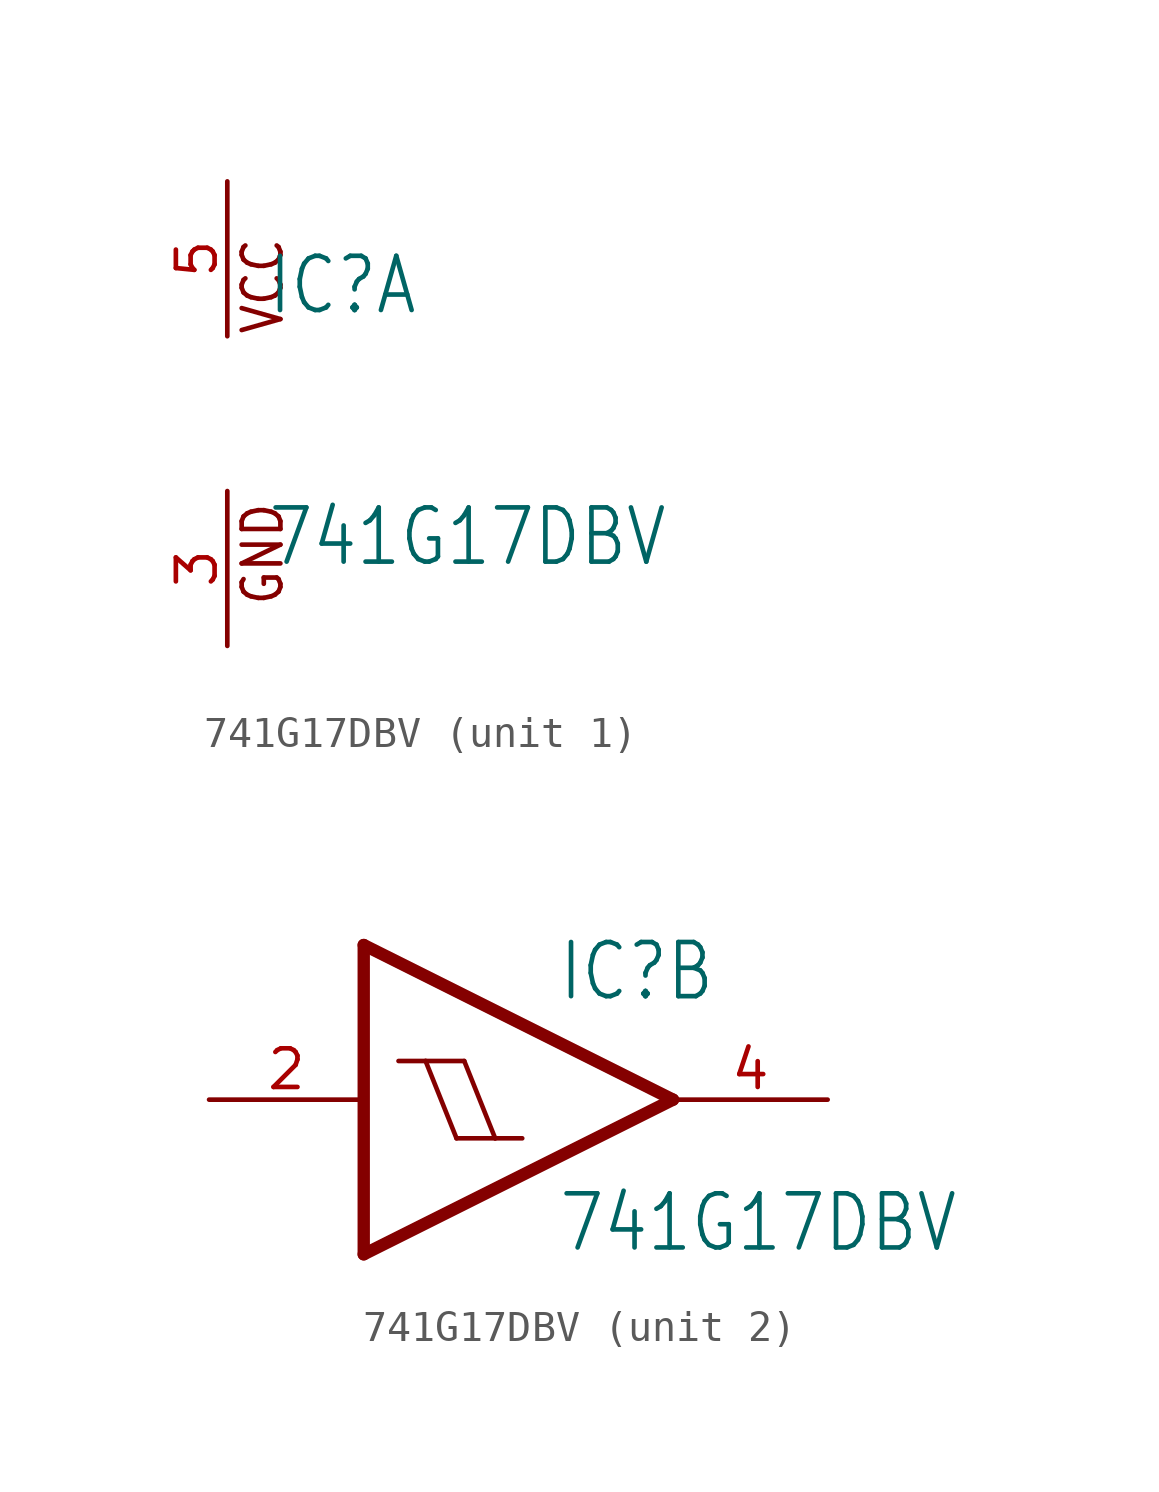
<source format=kicad_sym>
(kicad_symbol_lib
  (version 20211014)
  (generator kicad_symbol_editor)
  (symbol "741G17DBV"
    (property "Reference" "IC"
      (at 1.27 3.175 0)
      (effects (font (size 1.778 1.511)) (justify left bottom)))
    (property "Value" "741G17DBV"
      (at 1.27 -5.08 0)
      (effects (font (size 1.778 1.511)) (justify left bottom)))
    (property "ki_locked" ""
      (at 0 0 0)
      (effects (font (size 1.27 1.27))))
    (symbol "741G17DBV_1_0"
      (text "GND" (at 1.905 -6.35 900) (effects (font (size 1.27 1.079)) (justify left bottom)))
      (text "VCC" (at 1.905 2.54 900) (effects (font (size 1.27 1.079)) (justify left bottom)))
      (pin power_in line (at 0 -7.62 90) (length 5.08) (name "GND" (effects (font (size 0 0)))) (number "3" (effects (font (size 1.27 1.27)))))
      (pin power_in line (at 0 7.62 270) (length 5.08) (name "VCC" (effects (font (size 0 0)))) (number "5" (effects (font (size 1.27 1.27))))))
    (symbol "741G17DBV_2_0"
      (polyline (pts (xy -5.08 -5.08) (xy -5.08 5.08)) (stroke (width 0.406) (type default) (color 0 0 0 0)) (fill (type none)))
      (polyline (pts (xy -5.08 5.08) (xy 5.08 0)) (stroke (width 0.406) (type default) (color 0 0 0 0)) (fill (type none)))
      (polyline (pts (xy -3.937 1.27) (xy -3.048 1.27)) (stroke (width 0.152) (type default) (color 0 0 0 0)) (fill (type none)))
      (polyline (pts (xy -3.048 1.27) (xy -1.778 1.27)) (stroke (width 0.152) (type default) (color 0 0 0 0)) (fill (type none)))
      (polyline (pts (xy -2.032 -1.27) (xy -3.048 1.27)) (stroke (width 0.152) (type default) (color 0 0 0 0)) (fill (type none)))
      (polyline (pts (xy -2.032 -1.27) (xy -0.762 -1.27)) (stroke (width 0.152) (type default) (color 0 0 0 0)) (fill (type none)))
      (polyline (pts (xy -0.762 -1.27) (xy -1.778 1.27)) (stroke (width 0.152) (type default) (color 0 0 0 0)) (fill (type none)))
      (polyline (pts (xy -0.762 -1.27) (xy 0.127 -1.27)) (stroke (width 0.152) (type default) (color 0 0 0 0)) (fill (type none)))
      (polyline (pts (xy 5.08 0) (xy -5.08 -5.08)) (stroke (width 0.406) (type default) (color 0 0 0 0)) (fill (type none)))
      (pin input line (at -10.16 0 0) (length 5.08) (name "I" (effects (font (size 0 0)))) (number "2" (effects (font (size 1.27 1.27)))))
      (pin output line (at 10.16 0 180) (length 5.08) (name "O" (effects (font (size 0 0)))) (number "4" (effects (font (size 1.27 1.27))))))))
</source>
